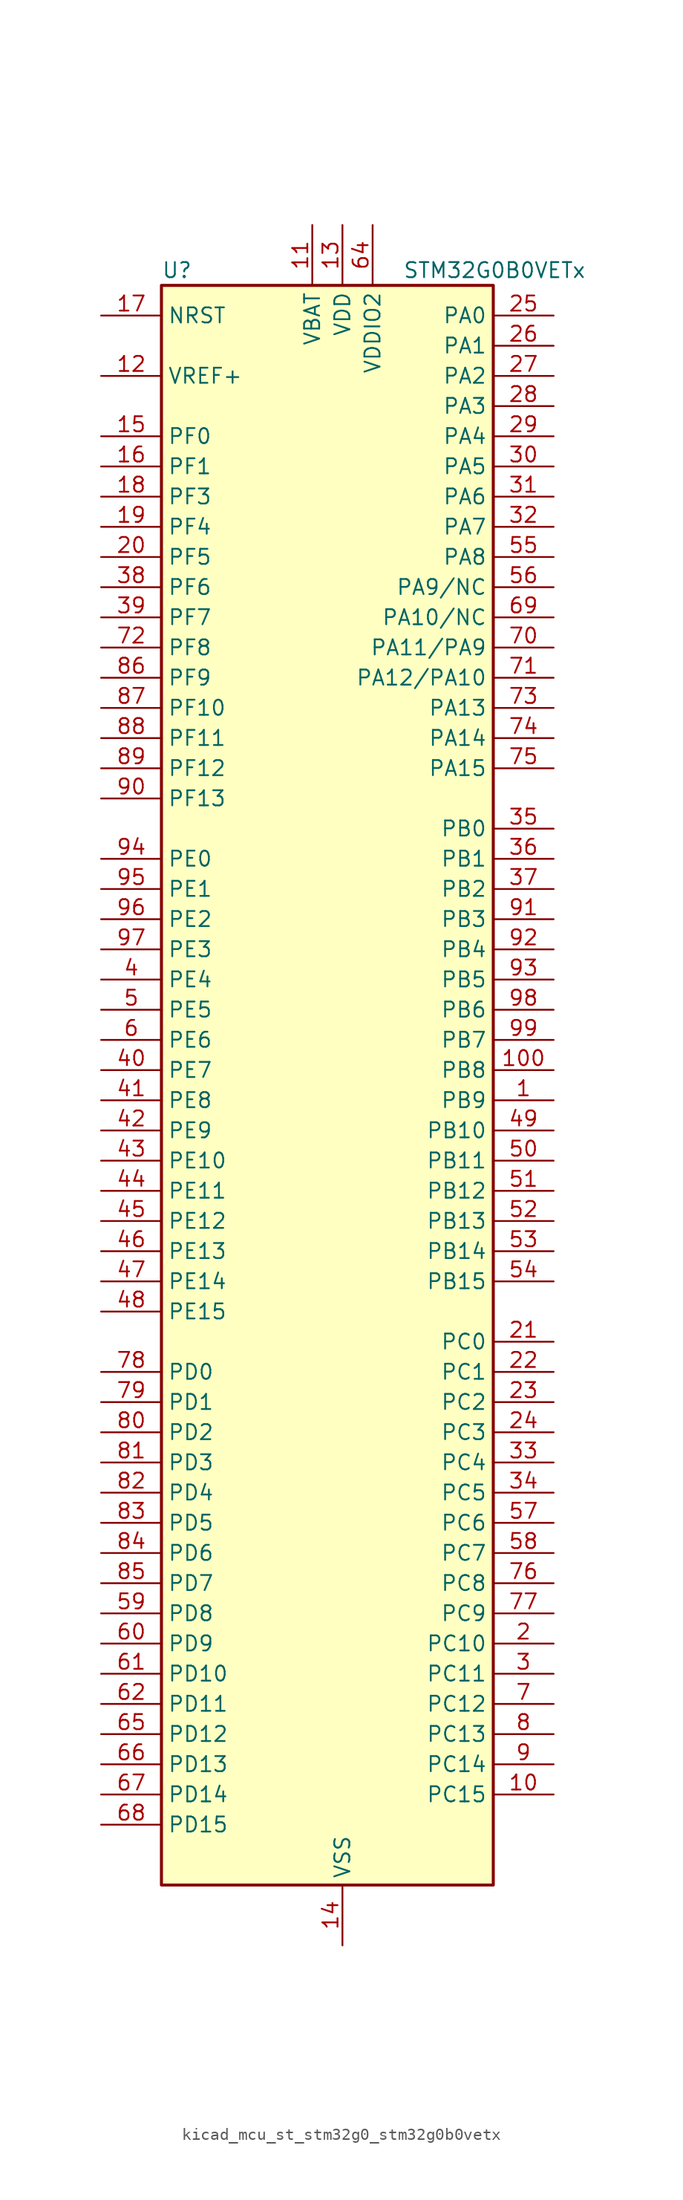
<source format=kicad_sym>
(kicad_symbol_lib
  (version 20220914)
  (generator kicad_symbol_editor)
  (symbol "kicad_mcu_st_stm32g0_stm32g0b0vetx"
    (property "Reference" "U"
      (at -12.7 69.85 0)
      (effects (font (size 1.27 1.27)) (justify left)))
    (property "Value" "STM32G0B0VETx"
      (at 7.62 69.85 0)
      (effects (font (size 1.27 1.27)) (justify left)))
    (property "ki_locked" ""
      (at 0 0 0)
      (effects (font (size 1.27 1.27))))
    (symbol "kicad_mcu_st_stm32g0_stm32g0b0vetx_0_1"
      (rectangle (start -12.7 -66.04) (end 15.24 68.58) (stroke (width 0.254) (type default)) (fill (type background))))
    (symbol "kicad_mcu_st_stm32g0_stm32g0b0vetx_1_1"
      (pin bidirectional line (at 20.32 0 180) (length 5.08) (name "PB9" (effects (font (size 1.27 1.27)))) (number "1" (effects (font (size 1.27 1.27)))) (alternate "I2C1_SDA" bidirectional line) (alternate "I2S2_WS" bidirectional line) (alternate "IR_OUT" bidirectional line) (alternate "SPI2_NSS" bidirectional line) (alternate "TIM17_CH1" bidirectional line) (alternate "TIM4_CH4" bidirectional line) (alternate "USART3_RX" bidirectional line) (alternate "USART6_RX" bidirectional line))
      (pin bidirectional line (at 20.32 -58.42 180) (length 5.08) (name "PC15" (effects (font (size 1.27 1.27)))) (number "10" (effects (font (size 1.27 1.27)))) (alternate "RCC_OSC32_EN" bidirectional line) (alternate "RCC_OSC32_OUT" bidirectional line) (alternate "RCC_OSC_EN" bidirectional line) (alternate "TIM15_BK" bidirectional line))
      (pin bidirectional line (at 20.32 2.54 180) (length 5.08) (name "PB8" (effects (font (size 1.27 1.27)))) (number "100" (effects (font (size 1.27 1.27)))) (alternate "I2C1_SCL" bidirectional line) (alternate "I2S2_CK" bidirectional line) (alternate "SPI2_SCK" bidirectional line) (alternate "TIM15_BK" bidirectional line) (alternate "TIM16_CH1" bidirectional line) (alternate "TIM4_CH3" bidirectional line) (alternate "USART3_TX" bidirectional line) (alternate "USART6_TX" bidirectional line))
      (pin power_in line (at 0 73.66 270) (length 5.08) (name "VBAT" (effects (font (size 1.27 1.27)))) (number "11" (effects (font (size 1.27 1.27)))))
      (pin input line (at -17.78 60.96 0) (length 5.08) (name "VREF+" (effects (font (size 1.27 1.27)))) (number "12" (effects (font (size 1.27 1.27)))))
      (pin power_in line (at 2.54 73.66 270) (length 5.08) (name "VDD" (effects (font (size 1.27 1.27)))) (number "13" (effects (font (size 1.27 1.27)))))
      (pin power_in line (at 2.54 -71.12 90) (length 5.08) (name "VSS" (effects (font (size 1.27 1.27)))) (number "14" (effects (font (size 1.27 1.27)))))
      (pin bidirectional line (at -17.78 55.88 0) (length 5.08) (name "PF0" (effects (font (size 1.27 1.27)))) (number "15" (effects (font (size 1.27 1.27)))) (alternate "CRS1_SYNC" bidirectional line) (alternate "RCC_OSC_IN" bidirectional line) (alternate "TIM14_CH1" bidirectional line))
      (pin bidirectional line (at -17.78 53.34 0) (length 5.08) (name "PF1" (effects (font (size 1.27 1.27)))) (number "16" (effects (font (size 1.27 1.27)))) (alternate "RCC_OSC_EN" bidirectional line) (alternate "RCC_OSC_OUT" bidirectional line) (alternate "TIM15_CH1N" bidirectional line))
      (pin input line (at -17.78 66.04 0) (length 5.08) (name "NRST" (effects (font (size 1.27 1.27)))) (number "17" (effects (font (size 1.27 1.27)))))
      (pin bidirectional line (at -17.78 50.8 0) (length 5.08) (name "PF3" (effects (font (size 1.27 1.27)))) (number "18" (effects (font (size 1.27 1.27)))) (alternate "USART6_CK" bidirectional line) (alternate "USART6_DE" bidirectional line) (alternate "USART6_RTS" bidirectional line))
      (pin bidirectional line (at -17.78 48.26 0) (length 5.08) (name "PF4" (effects (font (size 1.27 1.27)))) (number "19" (effects (font (size 1.27 1.27)))))
      (pin bidirectional line (at 20.32 -45.72 180) (length 5.08) (name "PC10" (effects (font (size 1.27 1.27)))) (number "2" (effects (font (size 1.27 1.27)))) (alternate "SPI3_SCK" bidirectional line) (alternate "TIM1_CH3" bidirectional line) (alternate "USART3_TX" bidirectional line) (alternate "USART4_TX" bidirectional line))
      (pin bidirectional line (at -17.78 45.72 0) (length 5.08) (name "PF5" (effects (font (size 1.27 1.27)))) (number "20" (effects (font (size 1.27 1.27)))))
      (pin bidirectional line (at 20.32 -20.32 180) (length 5.08) (name "PC0" (effects (font (size 1.27 1.27)))) (number "21" (effects (font (size 1.27 1.27)))) (alternate "I2C3_SCL" bidirectional line) (alternate "USART6_TX" bidirectional line))
      (pin bidirectional line (at 20.32 -22.86 180) (length 5.08) (name "PC1" (effects (font (size 1.27 1.27)))) (number "22" (effects (font (size 1.27 1.27)))) (alternate "I2C3_SDA" bidirectional line) (alternate "TIM15_CH1" bidirectional line) (alternate "USART6_RX" bidirectional line))
      (pin bidirectional line (at 20.32 -25.4 180) (length 5.08) (name "PC2" (effects (font (size 1.27 1.27)))) (number "23" (effects (font (size 1.27 1.27)))) (alternate "I2S2_MCK" bidirectional line) (alternate "SPI2_MISO" bidirectional line) (alternate "TIM15_CH2" bidirectional line))
      (pin bidirectional line (at 20.32 -27.94 180) (length 5.08) (name "PC3" (effects (font (size 1.27 1.27)))) (number "24" (effects (font (size 1.27 1.27)))) (alternate "I2S2_SD" bidirectional line) (alternate "SPI2_MOSI" bidirectional line))
      (pin bidirectional line (at 20.32 66.04 180) (length 5.08) (name "PA0" (effects (font (size 1.27 1.27)))) (number "25" (effects (font (size 1.27 1.27)))) (alternate "ADC1_IN0" bidirectional line) (alternate "I2S2_CK" bidirectional line) (alternate "RTC_TAMP_IN2" bidirectional line) (alternate "SPI2_SCK" bidirectional line) (alternate "SYS_WKUP1" bidirectional line) (alternate "USART2_CTS" bidirectional line) (alternate "USART2_NSS" bidirectional line) (alternate "USART4_TX" bidirectional line))
      (pin bidirectional line (at 20.32 63.5 180) (length 5.08) (name "PA1" (effects (font (size 1.27 1.27)))) (number "26" (effects (font (size 1.27 1.27)))) (alternate "ADC1_IN1" bidirectional line) (alternate "I2C1_SMBA" bidirectional line) (alternate "I2S1_CK" bidirectional line) (alternate "SPI1_SCK" bidirectional line) (alternate "TIM15_CH1N" bidirectional line) (alternate "USART2_CK" bidirectional line) (alternate "USART2_DE" bidirectional line) (alternate "USART2_RTS" bidirectional line) (alternate "USART4_RX" bidirectional line))
      (pin bidirectional line (at 20.32 60.96 180) (length 5.08) (name "PA2" (effects (font (size 1.27 1.27)))) (number "27" (effects (font (size 1.27 1.27)))) (alternate "ADC1_IN2" bidirectional line) (alternate "I2S1_SD" bidirectional line) (alternate "RCC_LSCO" bidirectional line) (alternate "SPI1_MOSI" bidirectional line) (alternate "SYS_WKUP4" bidirectional line) (alternate "TIM15_CH1" bidirectional line) (alternate "USART2_TX" bidirectional line))
      (pin bidirectional line (at 20.32 58.42 180) (length 5.08) (name "PA3" (effects (font (size 1.27 1.27)))) (number "28" (effects (font (size 1.27 1.27)))) (alternate "ADC1_IN3" bidirectional line) (alternate "I2S2_MCK" bidirectional line) (alternate "SPI2_MISO" bidirectional line) (alternate "TIM15_CH2" bidirectional line) (alternate "USART2_RX" bidirectional line))
      (pin bidirectional line (at 20.32 55.88 180) (length 5.08) (name "PA4" (effects (font (size 1.27 1.27)))) (number "29" (effects (font (size 1.27 1.27)))) (alternate "ADC1_IN4" bidirectional line) (alternate "I2S1_WS" bidirectional line) (alternate "I2S2_SD" bidirectional line) (alternate "RTC_OUT2" bidirectional line) (alternate "SPI1_NSS" bidirectional line) (alternate "SPI2_MOSI" bidirectional line) (alternate "SPI3_NSS" bidirectional line) (alternate "TIM14_CH1" bidirectional line) (alternate "USART6_TX" bidirectional line) (alternate "USB_NOE" bidirectional line))
      (pin bidirectional line (at 20.32 -48.26 180) (length 5.08) (name "PC11" (effects (font (size 1.27 1.27)))) (number "3" (effects (font (size 1.27 1.27)))) (alternate "ADC1_EXTI11" bidirectional line) (alternate "SPI3_MISO" bidirectional line) (alternate "TIM1_CH4" bidirectional line) (alternate "USART3_RX" bidirectional line) (alternate "USART4_RX" bidirectional line))
      (pin bidirectional line (at 20.32 53.34 180) (length 5.08) (name "PA5" (effects (font (size 1.27 1.27)))) (number "30" (effects (font (size 1.27 1.27)))) (alternate "ADC1_IN5" bidirectional line) (alternate "I2S1_CK" bidirectional line) (alternate "SPI1_SCK" bidirectional line) (alternate "USART3_TX" bidirectional line) (alternate "USART6_RX" bidirectional line))
      (pin bidirectional line (at 20.32 50.8 180) (length 5.08) (name "PA6" (effects (font (size 1.27 1.27)))) (number "31" (effects (font (size 1.27 1.27)))) (alternate "ADC1_IN6" bidirectional line) (alternate "I2C2_SDA" bidirectional line) (alternate "I2C3_SDA" bidirectional line) (alternate "I2S1_MCK" bidirectional line) (alternate "SPI1_MISO" bidirectional line) (alternate "TIM16_CH1" bidirectional line) (alternate "TIM1_BK" bidirectional line) (alternate "TIM3_CH1" bidirectional line) (alternate "USART3_CTS" bidirectional line) (alternate "USART3_NSS" bidirectional line) (alternate "USART6_CTS" bidirectional line) (alternate "USART6_NSS" bidirectional line))
      (pin bidirectional line (at 20.32 48.26 180) (length 5.08) (name "PA7" (effects (font (size 1.27 1.27)))) (number "32" (effects (font (size 1.27 1.27)))) (alternate "ADC1_IN7" bidirectional line) (alternate "I2C2_SCL" bidirectional line) (alternate "I2C3_SCL" bidirectional line) (alternate "I2S1_SD" bidirectional line) (alternate "SPI1_MOSI" bidirectional line) (alternate "TIM14_CH1" bidirectional line) (alternate "TIM17_CH1" bidirectional line) (alternate "TIM1_CH1N" bidirectional line) (alternate "TIM3_CH2" bidirectional line) (alternate "USART6_CK" bidirectional line) (alternate "USART6_DE" bidirectional line) (alternate "USART6_RTS" bidirectional line))
      (pin bidirectional line (at 20.32 -30.48 180) (length 5.08) (name "PC4" (effects (font (size 1.27 1.27)))) (number "33" (effects (font (size 1.27 1.27)))) (alternate "ADC1_IN17" bidirectional line) (alternate "USART1_TX" bidirectional line) (alternate "USART3_TX" bidirectional line))
      (pin bidirectional line (at 20.32 -33.02 180) (length 5.08) (name "PC5" (effects (font (size 1.27 1.27)))) (number "34" (effects (font (size 1.27 1.27)))) (alternate "ADC1_IN18" bidirectional line) (alternate "SYS_WKUP5" bidirectional line) (alternate "USART1_RX" bidirectional line) (alternate "USART3_RX" bidirectional line))
      (pin bidirectional line (at 20.32 22.86 180) (length 5.08) (name "PB0" (effects (font (size 1.27 1.27)))) (number "35" (effects (font (size 1.27 1.27)))) (alternate "ADC1_IN8" bidirectional line) (alternate "I2S1_WS" bidirectional line) (alternate "SPI1_NSS" bidirectional line) (alternate "TIM1_CH2N" bidirectional line) (alternate "TIM3_CH3" bidirectional line) (alternate "USART3_RX" bidirectional line) (alternate "USART5_TX" bidirectional line))
      (pin bidirectional line (at 20.32 20.32 180) (length 5.08) (name "PB1" (effects (font (size 1.27 1.27)))) (number "36" (effects (font (size 1.27 1.27)))) (alternate "ADC1_IN9" bidirectional line) (alternate "TIM14_CH1" bidirectional line) (alternate "TIM1_CH3N" bidirectional line) (alternate "TIM3_CH4" bidirectional line) (alternate "USART3_CK" bidirectional line) (alternate "USART3_DE" bidirectional line) (alternate "USART3_RTS" bidirectional line) (alternate "USART5_RX" bidirectional line))
      (pin bidirectional line (at 20.32 17.78 180) (length 5.08) (name "PB2" (effects (font (size 1.27 1.27)))) (number "37" (effects (font (size 1.27 1.27)))) (alternate "ADC1_IN10" bidirectional line) (alternate "I2S2_MCK" bidirectional line) (alternate "RCC_MCO_2" bidirectional line) (alternate "SPI2_MISO" bidirectional line) (alternate "USART3_TX" bidirectional line))
      (pin bidirectional line (at -17.78 43.18 0) (length 5.08) (name "PF6" (effects (font (size 1.27 1.27)))) (number "38" (effects (font (size 1.27 1.27)))))
      (pin bidirectional line (at -17.78 40.64 0) (length 5.08) (name "PF7" (effects (font (size 1.27 1.27)))) (number "39" (effects (font (size 1.27 1.27)))) (alternate "USART5_CTS" bidirectional line) (alternate "USART5_NSS" bidirectional line))
      (pin bidirectional line (at -17.78 10.16 0) (length 5.08) (name "PE4" (effects (font (size 1.27 1.27)))) (number "4" (effects (font (size 1.27 1.27)))) (alternate "TIM3_CH2" bidirectional line))
      (pin bidirectional line (at -17.78 2.54 0) (length 5.08) (name "PE7" (effects (font (size 1.27 1.27)))) (number "40" (effects (font (size 1.27 1.27)))) (alternate "TIM1_ETR" bidirectional line) (alternate "USART5_CK" bidirectional line) (alternate "USART5_DE" bidirectional line) (alternate "USART5_RTS" bidirectional line))
      (pin bidirectional line (at -17.78 0 0) (length 5.08) (name "PE8" (effects (font (size 1.27 1.27)))) (number "41" (effects (font (size 1.27 1.27)))) (alternate "TIM1_CH1N" bidirectional line) (alternate "USART4_TX" bidirectional line))
      (pin bidirectional line (at -17.78 -2.54 0) (length 5.08) (name "PE9" (effects (font (size 1.27 1.27)))) (number "42" (effects (font (size 1.27 1.27)))) (alternate "TIM1_CH1" bidirectional line) (alternate "USART4_RX" bidirectional line))
      (pin bidirectional line (at -17.78 -5.08 0) (length 5.08) (name "PE10" (effects (font (size 1.27 1.27)))) (number "43" (effects (font (size 1.27 1.27)))) (alternate "TIM1_CH2N" bidirectional line) (alternate "USART5_TX" bidirectional line))
      (pin bidirectional line (at -17.78 -7.62 0) (length 5.08) (name "PE11" (effects (font (size 1.27 1.27)))) (number "44" (effects (font (size 1.27 1.27)))) (alternate "ADC1_EXTI11" bidirectional line) (alternate "TIM1_CH2" bidirectional line) (alternate "USART5_RX" bidirectional line))
      (pin bidirectional line (at -17.78 -10.16 0) (length 5.08) (name "PE12" (effects (font (size 1.27 1.27)))) (number "45" (effects (font (size 1.27 1.27)))) (alternate "I2S1_WS" bidirectional line) (alternate "SPI1_NSS" bidirectional line) (alternate "TIM1_CH3N" bidirectional line))
      (pin bidirectional line (at -17.78 -12.7 0) (length 5.08) (name "PE13" (effects (font (size 1.27 1.27)))) (number "46" (effects (font (size 1.27 1.27)))) (alternate "I2S1_CK" bidirectional line) (alternate "SPI1_SCK" bidirectional line) (alternate "TIM1_CH3" bidirectional line))
      (pin bidirectional line (at -17.78 -15.24 0) (length 5.08) (name "PE14" (effects (font (size 1.27 1.27)))) (number "47" (effects (font (size 1.27 1.27)))) (alternate "I2S1_MCK" bidirectional line) (alternate "SPI1_MISO" bidirectional line) (alternate "TIM1_BK2" bidirectional line) (alternate "TIM1_CH4" bidirectional line))
      (pin bidirectional line (at -17.78 -17.78 0) (length 5.08) (name "PE15" (effects (font (size 1.27 1.27)))) (number "48" (effects (font (size 1.27 1.27)))) (alternate "I2S1_SD" bidirectional line) (alternate "SPI1_MOSI" bidirectional line) (alternate "TIM1_BK" bidirectional line))
      (pin bidirectional line (at 20.32 -2.54 180) (length 5.08) (name "PB10" (effects (font (size 1.27 1.27)))) (number "49" (effects (font (size 1.27 1.27)))) (alternate "ADC1_IN11" bidirectional line) (alternate "I2C2_SCL" bidirectional line) (alternate "I2S2_CK" bidirectional line) (alternate "SPI2_SCK" bidirectional line) (alternate "USART3_TX" bidirectional line))
      (pin bidirectional line (at -17.78 7.62 0) (length 5.08) (name "PE5" (effects (font (size 1.27 1.27)))) (number "5" (effects (font (size 1.27 1.27)))) (alternate "TIM3_CH3" bidirectional line))
      (pin bidirectional line (at 20.32 -5.08 180) (length 5.08) (name "PB11" (effects (font (size 1.27 1.27)))) (number "50" (effects (font (size 1.27 1.27)))) (alternate "ADC1_EXTI11" bidirectional line) (alternate "ADC1_IN15" bidirectional line) (alternate "I2C2_SDA" bidirectional line) (alternate "I2S2_SD" bidirectional line) (alternate "SPI2_MOSI" bidirectional line) (alternate "USART3_RX" bidirectional line))
      (pin bidirectional line (at 20.32 -7.62 180) (length 5.08) (name "PB12" (effects (font (size 1.27 1.27)))) (number "51" (effects (font (size 1.27 1.27)))) (alternate "ADC1_IN16" bidirectional line) (alternate "I2C2_SMBA" bidirectional line) (alternate "I2S2_WS" bidirectional line) (alternate "SPI2_NSS" bidirectional line) (alternate "TIM15_BK" bidirectional line) (alternate "TIM1_BK" bidirectional line))
      (pin bidirectional line (at 20.32 -10.16 180) (length 5.08) (name "PB13" (effects (font (size 1.27 1.27)))) (number "52" (effects (font (size 1.27 1.27)))) (alternate "I2C2_SCL" bidirectional line) (alternate "I2S2_CK" bidirectional line) (alternate "SPI2_SCK" bidirectional line) (alternate "TIM15_CH1N" bidirectional line) (alternate "TIM1_CH1N" bidirectional line) (alternate "USART3_CTS" bidirectional line) (alternate "USART3_NSS" bidirectional line))
      (pin bidirectional line (at 20.32 -12.7 180) (length 5.08) (name "PB14" (effects (font (size 1.27 1.27)))) (number "53" (effects (font (size 1.27 1.27)))) (alternate "I2C2_SDA" bidirectional line) (alternate "I2S2_MCK" bidirectional line) (alternate "SPI2_MISO" bidirectional line) (alternate "TIM15_CH1" bidirectional line) (alternate "TIM1_CH2N" bidirectional line) (alternate "USART3_CK" bidirectional line) (alternate "USART3_DE" bidirectional line) (alternate "USART3_RTS" bidirectional line) (alternate "USART6_CK" bidirectional line) (alternate "USART6_DE" bidirectional line) (alternate "USART6_RTS" bidirectional line))
      (pin bidirectional line (at 20.32 -15.24 180) (length 5.08) (name "PB15" (effects (font (size 1.27 1.27)))) (number "54" (effects (font (size 1.27 1.27)))) (alternate "I2S2_SD" bidirectional line) (alternate "RTC_REFIN" bidirectional line) (alternate "SPI2_MOSI" bidirectional line) (alternate "TIM15_CH1N" bidirectional line) (alternate "TIM15_CH2" bidirectional line) (alternate "TIM1_CH3N" bidirectional line) (alternate "USART6_CTS" bidirectional line) (alternate "USART6_NSS" bidirectional line))
      (pin bidirectional line (at 20.32 45.72 180) (length 5.08) (name "PA8" (effects (font (size 1.27 1.27)))) (number "55" (effects (font (size 1.27 1.27)))) (alternate "CRS1_SYNC" bidirectional line) (alternate "I2C2_SMBA" bidirectional line) (alternate "I2S2_WS" bidirectional line) (alternate "RCC_MCO" bidirectional line) (alternate "SPI2_NSS" bidirectional line) (alternate "TIM1_CH1" bidirectional line))
      (pin bidirectional line (at 20.32 43.18 180) (length 5.08) (name "PA9/NC" (effects (font (size 1.27 1.27)))) (number "56" (effects (font (size 1.27 1.27)))) (alternate "I2C1_SCL" bidirectional line) (alternate "I2C2_SCL" bidirectional line) (alternate "I2S2_MCK" bidirectional line) (alternate "RCC_MCO" bidirectional line) (alternate "SPI2_MISO" bidirectional line) (alternate "TIM15_BK" bidirectional line) (alternate "TIM1_CH2" bidirectional line) (alternate "USART1_TX" bidirectional line))
      (pin bidirectional line (at 20.32 -35.56 180) (length 5.08) (name "PC6" (effects (font (size 1.27 1.27)))) (number "57" (effects (font (size 1.27 1.27)))) (alternate "TIM3_CH1" bidirectional line))
      (pin bidirectional line (at 20.32 -38.1 180) (length 5.08) (name "PC7" (effects (font (size 1.27 1.27)))) (number "58" (effects (font (size 1.27 1.27)))) (alternate "TIM3_CH2" bidirectional line))
      (pin bidirectional line (at -17.78 -43.18 0) (length 5.08) (name "PD8" (effects (font (size 1.27 1.27)))) (number "59" (effects (font (size 1.27 1.27)))) (alternate "I2S1_CK" bidirectional line) (alternate "SPI1_SCK" bidirectional line) (alternate "USART3_TX" bidirectional line))
      (pin bidirectional line (at -17.78 5.08 0) (length 5.08) (name "PE6" (effects (font (size 1.27 1.27)))) (number "6" (effects (font (size 1.27 1.27)))) (alternate "RTC_TAMP_IN3" bidirectional line) (alternate "SYS_WKUP3" bidirectional line) (alternate "TIM3_CH4" bidirectional line))
      (pin bidirectional line (at -17.78 -45.72 0) (length 5.08) (name "PD9" (effects (font (size 1.27 1.27)))) (number "60" (effects (font (size 1.27 1.27)))) (alternate "I2S1_WS" bidirectional line) (alternate "SPI1_NSS" bidirectional line) (alternate "TIM1_BK2" bidirectional line) (alternate "USART3_RX" bidirectional line))
      (pin bidirectional line (at -17.78 -48.26 0) (length 5.08) (name "PD10" (effects (font (size 1.27 1.27)))) (number "61" (effects (font (size 1.27 1.27)))) (alternate "RCC_MCO" bidirectional line))
      (pin bidirectional line (at -17.78 -50.8 0) (length 5.08) (name "PD11" (effects (font (size 1.27 1.27)))) (number "62" (effects (font (size 1.27 1.27)))) (alternate "ADC1_EXTI11" bidirectional line) (alternate "USART3_CTS" bidirectional line) (alternate "USART3_NSS" bidirectional line))
      (pin passive line (at 2.54 -71.12 90) (length 5.08) hide (name "VSS" (effects (font (size 1.27 1.27)))) (number "63" (effects (font (size 1.27 1.27)))))
      (pin power_in line (at 5.08 73.66 270) (length 5.08) (name "VDDIO2" (effects (font (size 1.27 1.27)))) (number "64" (effects (font (size 1.27 1.27)))))
      (pin bidirectional line (at -17.78 -53.34 0) (length 5.08) (name "PD12" (effects (font (size 1.27 1.27)))) (number "65" (effects (font (size 1.27 1.27)))) (alternate "TIM4_CH1" bidirectional line) (alternate "USART3_CK" bidirectional line) (alternate "USART3_DE" bidirectional line) (alternate "USART3_RTS" bidirectional line))
      (pin bidirectional line (at -17.78 -55.88 0) (length 5.08) (name "PD13" (effects (font (size 1.27 1.27)))) (number "66" (effects (font (size 1.27 1.27)))) (alternate "TIM4_CH2" bidirectional line))
      (pin bidirectional line (at -17.78 -58.42 0) (length 5.08) (name "PD14" (effects (font (size 1.27 1.27)))) (number "67" (effects (font (size 1.27 1.27)))) (alternate "TIM4_CH3" bidirectional line))
      (pin bidirectional line (at -17.78 -60.96 0) (length 5.08) (name "PD15" (effects (font (size 1.27 1.27)))) (number "68" (effects (font (size 1.27 1.27)))) (alternate "CRS1_SYNC" bidirectional line) (alternate "TIM4_CH4" bidirectional line))
      (pin bidirectional line (at 20.32 40.64 180) (length 5.08) (name "PA10/NC" (effects (font (size 1.27 1.27)))) (number "69" (effects (font (size 1.27 1.27)))) (alternate "I2C1_SDA" bidirectional line) (alternate "I2C2_SDA" bidirectional line) (alternate "I2S2_SD" bidirectional line) (alternate "RCC_MCO_2" bidirectional line) (alternate "SPI2_MOSI" bidirectional line) (alternate "TIM17_BK" bidirectional line) (alternate "TIM1_CH3" bidirectional line) (alternate "USART1_RX" bidirectional line))
      (pin bidirectional line (at 20.32 -50.8 180) (length 5.08) (name "PC12" (effects (font (size 1.27 1.27)))) (number "7" (effects (font (size 1.27 1.27)))) (alternate "SPI3_MOSI" bidirectional line) (alternate "TIM14_CH1" bidirectional line) (alternate "USART5_TX" bidirectional line))
      (pin bidirectional line (at 20.32 38.1 180) (length 5.08) (name "PA11/PA9" (effects (font (size 1.27 1.27)))) (number "70" (effects (font (size 1.27 1.27)))) (alternate "ADC1_EXTI11" bidirectional line) (alternate "I2C2_SCL" bidirectional line) (alternate "I2S1_MCK" bidirectional line) (alternate "SPI1_MISO" bidirectional line) (alternate "TIM1_BK2" bidirectional line) (alternate "TIM1_CH4" bidirectional line) (alternate "USART1_CTS" bidirectional line) (alternate "USART1_NSS" bidirectional line) (alternate "USB_DM" bidirectional line))
      (pin bidirectional line (at 20.32 35.56 180) (length 5.08) (name "PA12/PA10" (effects (font (size 1.27 1.27)))) (number "71" (effects (font (size 1.27 1.27)))) (alternate "I2C2_SDA" bidirectional line) (alternate "I2S1_SD" bidirectional line) (alternate "I2S_CKIN" bidirectional line) (alternate "SPI1_MOSI" bidirectional line) (alternate "TIM1_ETR" bidirectional line) (alternate "USART1_CK" bidirectional line) (alternate "USART1_DE" bidirectional line) (alternate "USART1_RTS" bidirectional line) (alternate "USB_DP" bidirectional line))
      (pin bidirectional line (at -17.78 38.1 0) (length 5.08) (name "PF8" (effects (font (size 1.27 1.27)))) (number "72" (effects (font (size 1.27 1.27)))))
      (pin bidirectional line (at 20.32 33.02 180) (length 5.08) (name "PA13" (effects (font (size 1.27 1.27)))) (number "73" (effects (font (size 1.27 1.27)))) (alternate "IR_OUT" bidirectional line) (alternate "SYS_SWDIO" bidirectional line) (alternate "USB_NOE" bidirectional line))
      (pin bidirectional line (at 20.32 30.48 180) (length 5.08) (name "PA14" (effects (font (size 1.27 1.27)))) (number "74" (effects (font (size 1.27 1.27)))) (alternate "SYS_SWCLK" bidirectional line) (alternate "USART2_TX" bidirectional line))
      (pin bidirectional line (at 20.32 27.94 180) (length 5.08) (name "PA15" (effects (font (size 1.27 1.27)))) (number "75" (effects (font (size 1.27 1.27)))) (alternate "I2C2_SMBA" bidirectional line) (alternate "I2S1_WS" bidirectional line) (alternate "RCC_MCO_2" bidirectional line) (alternate "SPI1_NSS" bidirectional line) (alternate "SPI3_NSS" bidirectional line) (alternate "USART2_RX" bidirectional line) (alternate "USART3_CK" bidirectional line) (alternate "USART3_DE" bidirectional line) (alternate "USART3_RTS" bidirectional line) (alternate "USART4_CK" bidirectional line) (alternate "USART4_DE" bidirectional line) (alternate "USART4_RTS" bidirectional line) (alternate "USB_NOE" bidirectional line))
      (pin bidirectional line (at 20.32 -40.64 180) (length 5.08) (name "PC8" (effects (font (size 1.27 1.27)))) (number "76" (effects (font (size 1.27 1.27)))) (alternate "TIM1_CH1" bidirectional line) (alternate "TIM3_CH3" bidirectional line))
      (pin bidirectional line (at 20.32 -43.18 180) (length 5.08) (name "PC9" (effects (font (size 1.27 1.27)))) (number "77" (effects (font (size 1.27 1.27)))) (alternate "I2S_CKIN" bidirectional line) (alternate "TIM1_CH2" bidirectional line) (alternate "TIM3_CH4" bidirectional line) (alternate "USB_NOE" bidirectional line))
      (pin bidirectional line (at -17.78 -22.86 0) (length 5.08) (name "PD0" (effects (font (size 1.27 1.27)))) (number "78" (effects (font (size 1.27 1.27)))) (alternate "I2S2_WS" bidirectional line) (alternate "SPI2_NSS" bidirectional line) (alternate "TIM16_CH1" bidirectional line))
      (pin bidirectional line (at -17.78 -25.4 0) (length 5.08) (name "PD1" (effects (font (size 1.27 1.27)))) (number "79" (effects (font (size 1.27 1.27)))) (alternate "I2S2_CK" bidirectional line) (alternate "SPI2_SCK" bidirectional line) (alternate "TIM17_CH1" bidirectional line))
      (pin bidirectional line (at 20.32 -53.34 180) (length 5.08) (name "PC13" (effects (font (size 1.27 1.27)))) (number "8" (effects (font (size 1.27 1.27)))) (alternate "RTC_OUT1" bidirectional line) (alternate "RTC_TAMP_IN1" bidirectional line) (alternate "RTC_TS" bidirectional line) (alternate "SYS_WKUP2" bidirectional line) (alternate "TIM1_BK" bidirectional line))
      (pin bidirectional line (at -17.78 -27.94 0) (length 5.08) (name "PD2" (effects (font (size 1.27 1.27)))) (number "80" (effects (font (size 1.27 1.27)))) (alternate "TIM1_CH1N" bidirectional line) (alternate "TIM3_ETR" bidirectional line) (alternate "USART3_CK" bidirectional line) (alternate "USART3_DE" bidirectional line) (alternate "USART3_RTS" bidirectional line) (alternate "USART5_RX" bidirectional line))
      (pin bidirectional line (at -17.78 -30.48 0) (length 5.08) (name "PD3" (effects (font (size 1.27 1.27)))) (number "81" (effects (font (size 1.27 1.27)))) (alternate "I2S2_MCK" bidirectional line) (alternate "SPI2_MISO" bidirectional line) (alternate "TIM1_CH2N" bidirectional line) (alternate "USART2_CTS" bidirectional line) (alternate "USART2_NSS" bidirectional line) (alternate "USART5_TX" bidirectional line))
      (pin bidirectional line (at -17.78 -33.02 0) (length 5.08) (name "PD4" (effects (font (size 1.27 1.27)))) (number "82" (effects (font (size 1.27 1.27)))) (alternate "I2S2_SD" bidirectional line) (alternate "SPI2_MOSI" bidirectional line) (alternate "TIM1_CH3N" bidirectional line) (alternate "USART2_CK" bidirectional line) (alternate "USART2_DE" bidirectional line) (alternate "USART2_RTS" bidirectional line) (alternate "USART5_CK" bidirectional line) (alternate "USART5_DE" bidirectional line) (alternate "USART5_RTS" bidirectional line))
      (pin bidirectional line (at -17.78 -35.56 0) (length 5.08) (name "PD5" (effects (font (size 1.27 1.27)))) (number "83" (effects (font (size 1.27 1.27)))) (alternate "I2S1_MCK" bidirectional line) (alternate "SPI1_MISO" bidirectional line) (alternate "TIM1_BK" bidirectional line) (alternate "USART2_TX" bidirectional line) (alternate "USART5_CTS" bidirectional line) (alternate "USART5_NSS" bidirectional line))
      (pin bidirectional line (at -17.78 -38.1 0) (length 5.08) (name "PD6" (effects (font (size 1.27 1.27)))) (number "84" (effects (font (size 1.27 1.27)))) (alternate "I2S1_SD" bidirectional line) (alternate "SPI1_MOSI" bidirectional line) (alternate "USART2_RX" bidirectional line))
      (pin bidirectional line (at -17.78 -40.64 0) (length 5.08) (name "PD7" (effects (font (size 1.27 1.27)))) (number "85" (effects (font (size 1.27 1.27)))) (alternate "RCC_MCO_2" bidirectional line))
      (pin bidirectional line (at -17.78 35.56 0) (length 5.08) (name "PF9" (effects (font (size 1.27 1.27)))) (number "86" (effects (font (size 1.27 1.27)))) (alternate "USART6_TX" bidirectional line))
      (pin bidirectional line (at -17.78 33.02 0) (length 5.08) (name "PF10" (effects (font (size 1.27 1.27)))) (number "87" (effects (font (size 1.27 1.27)))) (alternate "USART6_RX" bidirectional line))
      (pin bidirectional line (at -17.78 30.48 0) (length 5.08) (name "PF11" (effects (font (size 1.27 1.27)))) (number "88" (effects (font (size 1.27 1.27)))) (alternate "ADC1_EXTI11" bidirectional line) (alternate "USART6_CK" bidirectional line) (alternate "USART6_DE" bidirectional line) (alternate "USART6_RTS" bidirectional line))
      (pin bidirectional line (at -17.78 27.94 0) (length 5.08) (name "PF12" (effects (font (size 1.27 1.27)))) (number "89" (effects (font (size 1.27 1.27)))) (alternate "TIM15_CH1" bidirectional line) (alternate "USART6_CTS" bidirectional line) (alternate "USART6_NSS" bidirectional line))
      (pin bidirectional line (at 20.32 -55.88 180) (length 5.08) (name "PC14" (effects (font (size 1.27 1.27)))) (number "9" (effects (font (size 1.27 1.27)))) (alternate "RCC_OSC32_IN" bidirectional line) (alternate "TIM1_BK2" bidirectional line))
      (pin bidirectional line (at -17.78 25.4 0) (length 5.08) (name "PF13" (effects (font (size 1.27 1.27)))) (number "90" (effects (font (size 1.27 1.27)))) (alternate "TIM15_CH2" bidirectional line))
      (pin bidirectional line (at 20.32 15.24 180) (length 5.08) (name "PB3" (effects (font (size 1.27 1.27)))) (number "91" (effects (font (size 1.27 1.27)))) (alternate "I2C2_SCL" bidirectional line) (alternate "I2C3_SCL" bidirectional line) (alternate "I2S1_CK" bidirectional line) (alternate "SPI1_SCK" bidirectional line) (alternate "SPI3_SCK" bidirectional line) (alternate "TIM1_CH2" bidirectional line) (alternate "USART1_CK" bidirectional line) (alternate "USART1_DE" bidirectional line) (alternate "USART1_RTS" bidirectional line) (alternate "USART5_TX" bidirectional line))
      (pin bidirectional line (at 20.32 12.7 180) (length 5.08) (name "PB4" (effects (font (size 1.27 1.27)))) (number "92" (effects (font (size 1.27 1.27)))) (alternate "I2C2_SDA" bidirectional line) (alternate "I2C3_SDA" bidirectional line) (alternate "I2S1_MCK" bidirectional line) (alternate "SPI1_MISO" bidirectional line) (alternate "SPI3_MISO" bidirectional line) (alternate "TIM17_BK" bidirectional line) (alternate "TIM3_CH1" bidirectional line) (alternate "USART1_CTS" bidirectional line) (alternate "USART1_NSS" bidirectional line) (alternate "USART5_RX" bidirectional line))
      (pin bidirectional line (at 20.32 10.16 180) (length 5.08) (name "PB5" (effects (font (size 1.27 1.27)))) (number "93" (effects (font (size 1.27 1.27)))) (alternate "I2C1_SMBA" bidirectional line) (alternate "I2S1_SD" bidirectional line) (alternate "SPI1_MOSI" bidirectional line) (alternate "SPI3_MOSI" bidirectional line) (alternate "SYS_WKUP6" bidirectional line) (alternate "TIM16_BK" bidirectional line) (alternate "TIM3_CH2" bidirectional line) (alternate "USART5_CK" bidirectional line) (alternate "USART5_DE" bidirectional line) (alternate "USART5_RTS" bidirectional line))
      (pin bidirectional line (at -17.78 20.32 0) (length 5.08) (name "PE0" (effects (font (size 1.27 1.27)))) (number "94" (effects (font (size 1.27 1.27)))) (alternate "TIM16_CH1" bidirectional line) (alternate "TIM4_ETR" bidirectional line))
      (pin bidirectional line (at -17.78 17.78 0) (length 5.08) (name "PE1" (effects (font (size 1.27 1.27)))) (number "95" (effects (font (size 1.27 1.27)))) (alternate "TIM17_CH1" bidirectional line))
      (pin bidirectional line (at -17.78 15.24 0) (length 5.08) (name "PE2" (effects (font (size 1.27 1.27)))) (number "96" (effects (font (size 1.27 1.27)))) (alternate "TIM3_ETR" bidirectional line))
      (pin bidirectional line (at -17.78 12.7 0) (length 5.08) (name "PE3" (effects (font (size 1.27 1.27)))) (number "97" (effects (font (size 1.27 1.27)))) (alternate "TIM3_CH1" bidirectional line))
      (pin bidirectional line (at 20.32 7.62 180) (length 5.08) (name "PB6" (effects (font (size 1.27 1.27)))) (number "98" (effects (font (size 1.27 1.27)))) (alternate "I2C1_SCL" bidirectional line) (alternate "I2S2_MCK" bidirectional line) (alternate "SPI2_MISO" bidirectional line) (alternate "TIM16_CH1N" bidirectional line) (alternate "TIM1_CH3" bidirectional line) (alternate "TIM4_CH1" bidirectional line) (alternate "USART1_TX" bidirectional line) (alternate "USART5_CTS" bidirectional line) (alternate "USART5_NSS" bidirectional line))
      (pin bidirectional line (at 20.32 5.08 180) (length 5.08) (name "PB7" (effects (font (size 1.27 1.27)))) (number "99" (effects (font (size 1.27 1.27)))) (alternate "I2C1_SDA" bidirectional line) (alternate "I2S2_SD" bidirectional line) (alternate "SPI2_MOSI" bidirectional line) (alternate "TIM17_CH1N" bidirectional line) (alternate "TIM4_CH2" bidirectional line) (alternate "USART1_RX" bidirectional line) (alternate "USART4_CTS" bidirectional line) (alternate "USART4_NSS" bidirectional line)))))
</source>
